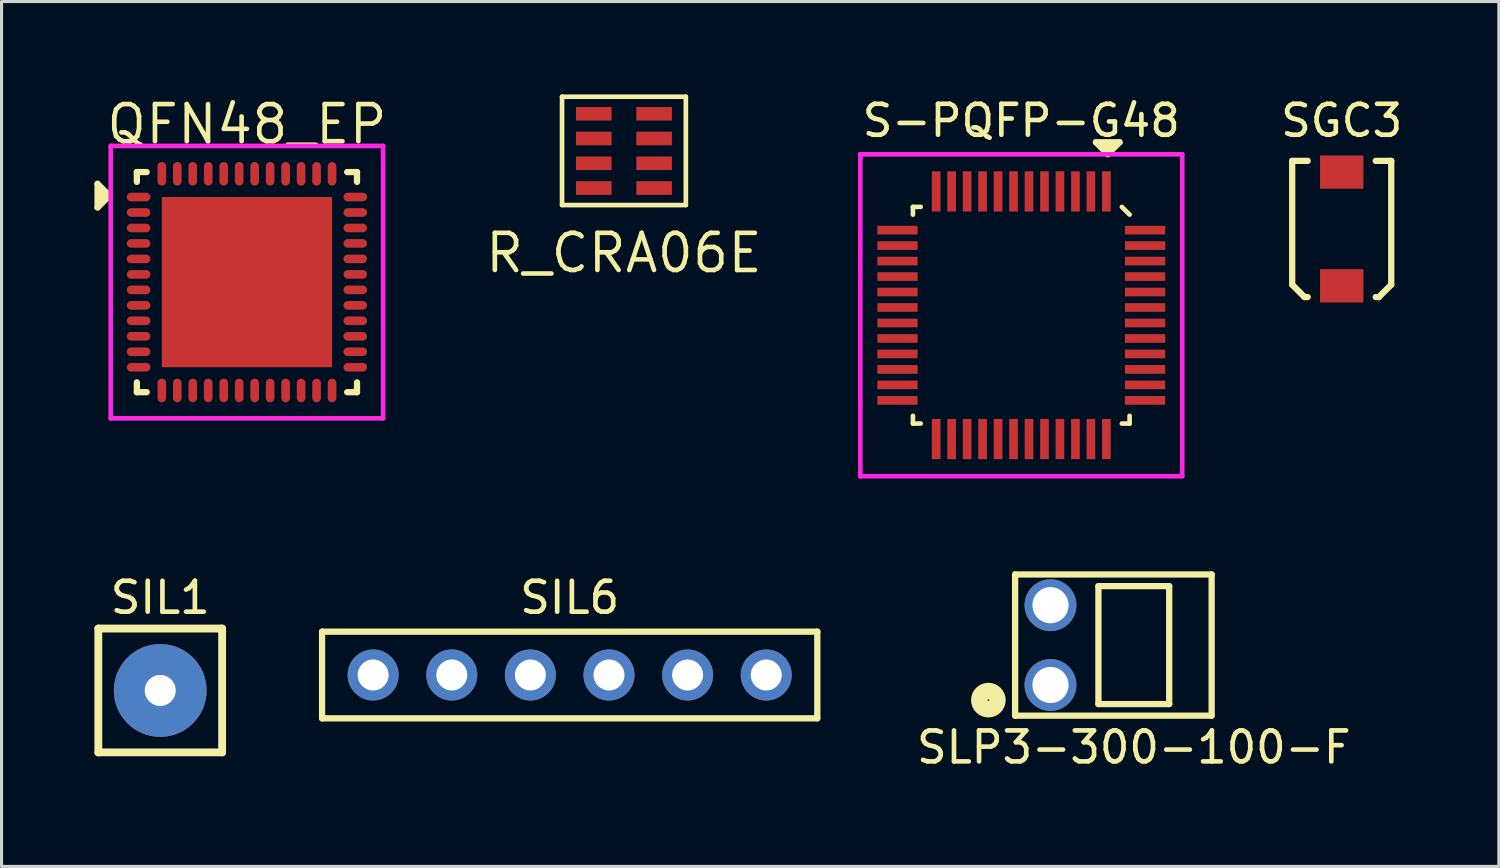
<source format=kicad_pcb>
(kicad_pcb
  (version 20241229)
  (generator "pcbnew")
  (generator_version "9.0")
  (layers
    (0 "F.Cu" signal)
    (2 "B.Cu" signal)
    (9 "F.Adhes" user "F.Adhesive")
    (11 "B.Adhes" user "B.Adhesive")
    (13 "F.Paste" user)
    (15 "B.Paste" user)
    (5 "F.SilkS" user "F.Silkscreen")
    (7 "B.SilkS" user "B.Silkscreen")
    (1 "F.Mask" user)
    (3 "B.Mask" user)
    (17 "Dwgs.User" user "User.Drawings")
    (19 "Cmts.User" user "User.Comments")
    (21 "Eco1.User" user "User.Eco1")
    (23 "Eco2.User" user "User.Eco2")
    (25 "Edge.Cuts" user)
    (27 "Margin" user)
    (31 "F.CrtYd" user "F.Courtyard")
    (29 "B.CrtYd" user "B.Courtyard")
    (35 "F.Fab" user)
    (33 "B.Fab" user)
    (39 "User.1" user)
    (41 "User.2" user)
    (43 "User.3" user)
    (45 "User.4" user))
  (footprint "SIL1"
    (layer "F.Cu")
    (at 2.127 19.258)
    (property "Reference" "SIL1" (at 0 -3 0) (layer "F.SilkS") (effects (font (size 1 1) (thickness 0.15))))
    (attr through_hole)
    (fp_line (start -2 -2) (end 2 -2) (stroke (width 0.254) (type solid)) (layer "F.SilkS"))
    (fp_line (start -2 2) (end -2 -2) (stroke (width 0.254) (type solid)) (layer "F.SilkS"))
    (fp_line (start 2 -2) (end 2 2) (stroke (width 0.254) (type solid)) (layer "F.SilkS"))
    (fp_line (start 2 2) (end -2 2) (stroke (width 0.254) (type solid)) (layer "F.SilkS"))
    (pad "1" thru_hole circle (at 0 0 180) (size 3 3) (drill 1) (layers "*.Cu" "*.Mask")))
  (footprint "SGC3"
    (layer "F.Cu")
    (at 40.299 4.348)
    (property "Reference" "SGC3" (at 0 -3.5 0) (layer "F.SilkS") (effects (font (size 1 1) (thickness 0.15))))
    (attr smd)
    (fp_line (start -1.6 -2.2) (end -1.1 -2.2) (stroke (width 0.203) (type solid)) (layer "F.SilkS"))
    (fp_line (start -1.6 1.8) (end -1.6 -2.2) (stroke (width 0.203) (type solid)) (layer "F.SilkS"))
    (fp_line (start -1.2 2.2) (end -1.6 1.8) (stroke (width 0.203) (type solid)) (layer "F.SilkS"))
    (fp_line (start -1.2 2.2) (end -1.1 2.2) (stroke (width 0.203) (type solid)) (layer "F.SilkS"))
    (fp_line (start 1.2 2.2) (end 1.1 2.2) (stroke (width 0.203) (type solid)) (layer "F.SilkS"))
    (fp_line (start 1.6 -2.2) (end 1.1 -2.2) (stroke (width 0.203) (type solid)) (layer "F.SilkS"))
    (fp_line (start 1.6 1.8) (end 1.2 2.2) (stroke (width 0.203) (type solid)) (layer "F.SilkS"))
    (fp_line (start 1.6 1.8) (end 1.6 -2.2) (stroke (width 0.203) (type solid)) (layer "F.SilkS"))
    (pad "1" smd rect (at 0 1.837) (size 1.4 1.075) (layers "F.Cu" "F.Mask" "F.Paste"))
    (pad "2" smd rect (at 0 -1.837) (size 1.4 1.075) (layers "F.Cu" "F.Mask" "F.Paste")))
  (footprint "S-PQFP-G48"
    (layer "F.Cu")
    (at 29.946 7.135)
    (property "Reference" "S-PQFP-G48" (at 0 -6.287 0) (layer "F.SilkS") (effects (font (size 1 1) (thickness 0.15))))
    (attr smd)
    (fp_line (start -3.5 -3.5) (end -3.25 -3.5) (stroke (width 0.15) (type solid)) (layer "F.SilkS"))
    (fp_line (start -3.5 -3.25) (end -3.5 -3.5) (stroke (width 0.15) (type solid)) (layer "F.SilkS"))
    (fp_line (start -3.5 3.25) (end -3.5 3.5) (stroke (width 0.15) (type solid)) (layer "F.SilkS"))
    (fp_line (start -3.5 3.5) (end -3.25 3.5) (stroke (width 0.15) (type solid)) (layer "F.SilkS"))
    (fp_line (start 2.413 -5.588) (end 2.794 -5.207) (stroke (width 0.203) (type solid)) (layer "F.SilkS"))
    (fp_line (start 2.794 -5.207) (end 2.921 -5.461) (stroke (width 0.203) (type solid)) (layer "F.SilkS"))
    (fp_line (start 2.794 -5.207) (end 3.175 -5.588) (stroke (width 0.203) (type solid)) (layer "F.SilkS"))
    (fp_line (start 2.921 -5.461) (end 2.667 -5.461) (stroke (width 0.203) (type solid)) (layer "F.SilkS"))
    (fp_line (start 3.175 -5.588) (end 2.413 -5.588) (stroke (width 0.203) (type solid)) (layer "F.SilkS"))
    (fp_line (start 3.25 -3.5) (end 3.5 -3.25) (stroke (width 0.15) (type solid)) (layer "F.SilkS"))
    (fp_line (start 3.5 3.25) (end 3.5 3.5) (stroke (width 0.15) (type solid)) (layer "F.SilkS"))
    (fp_line (start 3.5 3.5) (end 3.25 3.5) (stroke (width 0.15) (type solid)) (layer "F.SilkS"))
    (fp_line (start -5.2 -5.2) (end 5.2 -5.2) (stroke (width 0.15) (type solid)) (layer "F.CrtYd"))
    (fp_line (start -5.2 5.2) (end -5.2 -5.2) (stroke (width 0.15) (type solid)) (layer "F.CrtYd"))
    (fp_line (start 5.2 -5.2) (end 5.2 5.2) (stroke (width 0.15) (type solid)) (layer "F.CrtYd"))
    (fp_line (start 5.2 5.2) (end -5.2 5.2) (stroke (width 0.15) (type solid)) (layer "F.CrtYd"))
    (pad "1" smd rect (at 2.75 -4) (size 0.28 1.3) (layers "F.Cu" "F.Mask" "F.Paste"))
    (pad "2" smd rect (at 2.25 -4) (size 0.28 1.3) (layers "F.Cu" "F.Mask" "F.Paste"))
    (pad "3" smd rect (at 1.75 -4) (size 0.28 1.3) (layers "F.Cu" "F.Mask" "F.Paste"))
    (pad "4" smd rect (at 1.25 -4) (size 0.28 1.3) (layers "F.Cu" "F.Mask" "F.Paste"))
    (pad "5" smd rect (at 0.75 -4) (size 0.28 1.3) (layers "F.Cu" "F.Mask" "F.Paste"))
    (pad "6" smd rect (at 0.25 -4) (size 0.28 1.3) (layers "F.Cu" "F.Mask" "F.Paste"))
    (pad "7" smd rect (at -0.25 -4) (size 0.28 1.3) (layers "F.Cu" "F.Mask" "F.Paste"))
    (pad "8" smd rect (at -0.75 -4) (size 0.28 1.3) (layers "F.Cu" "F.Mask" "F.Paste"))
    (pad "9" smd rect (at -1.25 -4) (size 0.28 1.3) (layers "F.Cu" "F.Mask" "F.Paste"))
    (pad "10" smd rect (at -1.75 -4) (size 0.28 1.3) (layers "F.Cu" "F.Mask" "F.Paste"))
    (pad "11" smd rect (at -2.25 -4) (size 0.28 1.3) (layers "F.Cu" "F.Mask" "F.Paste"))
    (pad "12" smd rect (at -2.75 -4) (size 0.28 1.3) (layers "F.Cu" "F.Mask" "F.Paste"))
    (pad "13" smd rect (at -4 -2.75 270) (size 0.28 1.3) (layers "F.Cu" "F.Mask" "F.Paste"))
    (pad "14" smd rect (at -4 -2.25 270) (size 0.28 1.3) (layers "F.Cu" "F.Mask" "F.Paste"))
    (pad "15" smd rect (at -4 -1.75 270) (size 0.28 1.3) (layers "F.Cu" "F.Mask" "F.Paste"))
    (pad "16" smd rect (at -4 -1.25 270) (size 0.28 1.3) (layers "F.Cu" "F.Mask" "F.Paste"))
    (pad "17" smd rect (at -4 -0.75 270) (size 0.28 1.3) (layers "F.Cu" "F.Mask" "F.Paste"))
    (pad "18" smd rect (at -4 -0.25 270) (size 0.28 1.3) (layers "F.Cu" "F.Mask" "F.Paste"))
    (pad "19" smd rect (at -4 0.25 270) (size 0.28 1.3) (layers "F.Cu" "F.Mask" "F.Paste"))
    (pad "20" smd rect (at -4 0.75 270) (size 0.28 1.3) (layers "F.Cu" "F.Mask" "F.Paste"))
    (pad "21" smd rect (at -4 1.25 270) (size 0.28 1.3) (layers "F.Cu" "F.Mask" "F.Paste"))
    (pad "22" smd rect (at -4 1.75 270) (size 0.28 1.3) (layers "F.Cu" "F.Mask" "F.Paste"))
    (pad "23" smd rect (at -4 2.25 270) (size 0.28 1.3) (layers "F.Cu" "F.Mask" "F.Paste"))
    (pad "24" smd rect (at -4 2.75 270) (size 0.28 1.3) (layers "F.Cu" "F.Mask" "F.Paste"))
    (pad "25" smd rect (at -2.75 4) (size 0.28 1.3) (layers "F.Cu" "F.Mask" "F.Paste"))
    (pad "26" smd rect (at -2.25 4) (size 0.28 1.3) (layers "F.Cu" "F.Mask" "F.Paste"))
    (pad "27" smd rect (at -1.75 4) (size 0.28 1.3) (layers "F.Cu" "F.Mask" "F.Paste"))
    (pad "28" smd rect (at -1.25 4) (size 0.28 1.3) (layers "F.Cu" "F.Mask" "F.Paste"))
    (pad "29" smd rect (at -0.75 4) (size 0.28 1.3) (layers "F.Cu" "F.Mask" "F.Paste"))
    (pad "30" smd rect (at -0.25 4) (size 0.28 1.3) (layers "F.Cu" "F.Mask" "F.Paste"))
    (pad "31" smd rect (at 0.25 4) (size 0.28 1.3) (layers "F.Cu" "F.Mask" "F.Paste"))
    (pad "32" smd rect (at 0.75 4) (size 0.28 1.3) (layers "F.Cu" "F.Mask" "F.Paste"))
    (pad "33" smd rect (at 1.25 4) (size 0.28 1.3) (layers "F.Cu" "F.Mask" "F.Paste"))
    (pad "34" smd rect (at 1.75 4) (size 0.28 1.3) (layers "F.Cu" "F.Mask" "F.Paste"))
    (pad "35" smd rect (at 2.25 4) (size 0.28 1.3) (layers "F.Cu" "F.Mask" "F.Paste"))
    (pad "36" smd rect (at 2.75 4) (size 0.28 1.3) (layers "F.Cu" "F.Mask" "F.Paste"))
    (pad "37" smd rect (at 4 2.75 270) (size 0.28 1.3) (layers "F.Cu" "F.Mask" "F.Paste"))
    (pad "38" smd rect (at 4 2.25 270) (size 0.28 1.3) (layers "F.Cu" "F.Mask" "F.Paste"))
    (pad "39" smd rect (at 4 1.75 270) (size 0.28 1.3) (layers "F.Cu" "F.Mask" "F.Paste"))
    (pad "40" smd rect (at 4 1.25 270) (size 0.28 1.3) (layers "F.Cu" "F.Mask" "F.Paste"))
    (pad "41" smd rect (at 4 0.75 270) (size 0.28 1.3) (layers "F.Cu" "F.Mask" "F.Paste"))
    (pad "42" smd rect (at 4 0.25 270) (size 0.28 1.3) (layers "F.Cu" "F.Mask" "F.Paste"))
    (pad "43" smd rect (at 4 -0.25 270) (size 0.28 1.3) (layers "F.Cu" "F.Mask" "F.Paste"))
    (pad "44" smd rect (at 4 -0.75 270) (size 0.28 1.3) (layers "F.Cu" "F.Mask" "F.Paste"))
    (pad "45" smd rect (at 4 -1.25 270) (size 0.28 1.3) (layers "F.Cu" "F.Mask" "F.Paste"))
    (pad "46" smd rect (at 4 -1.75 270) (size 0.28 1.3) (layers "F.Cu" "F.Mask" "F.Paste"))
    (pad "47" smd rect (at 4 -2.25 270) (size 0.28 1.3) (layers "F.Cu" "F.Mask" "F.Paste"))
    (pad "48" smd rect (at 4 -2.75 270) (size 0.28 1.3) (layers "F.Cu" "F.Mask" "F.Paste")))
  (footprint "SLP3-300-100-F"
    (layer "F.Cu")
    (at 33.582 17.792)
    (property "Reference" "SLP3-300-100-F" (at 0 3.302 180) (layer "F.SilkS") (effects (font (size 1 1) (thickness 0.15))))
    (attr through_hole)
    (fp_line (start -3.835 -2.281) (end 2.515 -2.281) (stroke (width 0.203) (type solid)) (layer "F.SilkS"))
    (fp_line (start -3.835 2.281) (end -3.835 -2.281) (stroke (width 0.203) (type solid)) (layer "F.SilkS"))
    (fp_line (start -1.143 -1.905) (end 1.143 -1.905) (stroke (width 0.203) (type solid)) (layer "F.SilkS"))
    (fp_line (start -1.143 1.905) (end -1.143 -1.905) (stroke (width 0.203) (type solid)) (layer "F.SilkS"))
    (fp_line (start -1.143 1.905) (end 1.143 1.905) (stroke (width 0.203) (type solid)) (layer "F.SilkS"))
    (fp_line (start 1.143 1.905) (end 1.143 -1.905) (stroke (width 0.203) (type solid)) (layer "F.SilkS"))
    (fp_line (start 2.515 -2.281) (end 2.515 2.281) (stroke (width 0.203) (type solid)) (layer "F.SilkS"))
    (fp_line (start 2.515 2.281) (end -3.835 2.281) (stroke (width 0.203) (type solid)) (layer "F.SilkS"))
    (fp_circle (center -4.699 1.778) (end -4.699 1.651) (stroke (width 0.203) (type solid)) (fill no) (layer "F.SilkS"))
    (fp_circle (center -4.699 1.778) (end -4.445 1.651) (stroke (width 0.203) (type solid)) (fill no) (layer "F.SilkS"))
    (fp_circle (center -4.699 1.778) (end -4.318 1.524) (stroke (width 0.203) (type solid)) (fill no) (layer "F.SilkS"))
    (pad "1" thru_hole circle (at -2.692 1.289) (size 1.676 1.676) (drill 1.168) (layers "*.Cu" "*.Mask"))
    (pad "2" thru_hole circle (at -2.692 -1.289) (size 1.676 1.676) (drill 1.168) (layers "*.Cu" "*.Mask")))
  (footprint "QFN48_EP"
    (layer "F.Cu")
    (at 4.928 6.065)
    (property "Reference" "QFN48_EP" (at 0 -5.1 0) (layer "F.SilkS") (effects (font (size 1.2 1.2) (thickness 0.15))))
    (attr through_hole)
    (fp_line (start -4.826 -3.175) (end -4.826 -2.413) (stroke (width 0.203) (type solid)) (layer "F.SilkS"))
    (fp_line (start -4.826 -2.413) (end -4.445 -2.794) (stroke (width 0.203) (type solid)) (layer "F.SilkS"))
    (fp_line (start -4.699 -2.921) (end -4.699 -2.667) (stroke (width 0.203) (type solid)) (layer "F.SilkS"))
    (fp_line (start -4.445 -2.794) (end -4.826 -3.175) (stroke (width 0.203) (type solid)) (layer "F.SilkS"))
    (fp_line (start -4.445 -2.794) (end -4.699 -2.921) (stroke (width 0.203) (type solid)) (layer "F.SilkS"))
    (fp_line (start -3.556 -3.556) (end -3.239 -3.556) (stroke (width 0.203) (type solid)) (layer "F.SilkS"))
    (fp_line (start -3.556 -3.239) (end -3.556 -3.556) (stroke (width 0.203) (type solid)) (layer "F.SilkS"))
    (fp_line (start -3.556 3.239) (end -3.556 3.556) (stroke (width 0.203) (type solid)) (layer "F.SilkS"))
    (fp_line (start -3.556 3.556) (end -3.239 3.556) (stroke (width 0.203) (type solid)) (layer "F.SilkS"))
    (fp_line (start 3.239 -3.556) (end 3.556 -3.556) (stroke (width 0.203) (type solid)) (layer "F.SilkS"))
    (fp_line (start 3.556 -3.556) (end 3.556 -3.239) (stroke (width 0.203) (type solid)) (layer "F.SilkS"))
    (fp_line (start 3.556 3.239) (end 3.556 3.556) (stroke (width 0.203) (type solid)) (layer "F.SilkS"))
    (fp_line (start 3.556 3.556) (end 3.239 3.556) (stroke (width 0.203) (type solid)) (layer "F.SilkS"))
    (fp_line (start -4.4 -4.4) (end 4.4 -4.4) (stroke (width 0.15) (type solid)) (layer "F.CrtYd"))
    (fp_line (start -4.4 4.4) (end -4.4 -4.4) (stroke (width 0.15) (type solid)) (layer "F.CrtYd"))
    (fp_line (start 4.4 -4.4) (end 4.4 4.4) (stroke (width 0.15) (type solid)) (layer "F.CrtYd"))
    (fp_line (start 4.4 4.4) (end -4.4 4.4) (stroke (width 0.15) (type solid)) (layer "F.CrtYd"))
    (pad "1" smd oval (at -3.5 -2.75 90) (size 0.279 0.762) (layers "F.Cu" "F.Mask" "F.Paste"))
    (pad "2" smd oval (at -3.5 -2.25 90) (size 0.279 0.762) (layers "F.Cu" "F.Mask" "F.Paste"))
    (pad "3" smd oval (at -3.5 -1.75 90) (size 0.279 0.762) (layers "F.Cu" "F.Mask" "F.Paste"))
    (pad "4" smd oval (at -3.5 -1.25 90) (size 0.279 0.762) (layers "F.Cu" "F.Mask" "F.Paste"))
    (pad "5" smd oval (at -3.5 -0.75 90) (size 0.279 0.762) (layers "F.Cu" "F.Mask" "F.Paste"))
    (pad "6" smd oval (at -3.5 -0.25 90) (size 0.279 0.762) (layers "F.Cu" "F.Mask" "F.Paste"))
    (pad "7" smd oval (at -3.5 0.25 90) (size 0.279 0.762) (layers "F.Cu" "F.Mask" "F.Paste"))
    (pad "8" smd oval (at -3.5 0.75 90) (size 0.279 0.762) (layers "F.Cu" "F.Mask" "F.Paste"))
    (pad "9" smd oval (at -3.5 1.25 90) (size 0.279 0.762) (layers "F.Cu" "F.Mask" "F.Paste"))
    (pad "10" smd oval (at -3.5 1.75 90) (size 0.279 0.762) (layers "F.Cu" "F.Mask" "F.Paste"))
    (pad "11" smd oval (at -3.5 2.25 90) (size 0.279 0.762) (layers "F.Cu" "F.Mask" "F.Paste"))
    (pad "12" smd oval (at -3.5 2.75 90) (size 0.279 0.762) (layers "F.Cu" "F.Mask" "F.Paste"))
    (pad "13" smd oval (at -2.75 3.5) (size 0.279 0.762) (layers "F.Cu" "F.Mask" "F.Paste"))
    (pad "14" smd oval (at -2.25 3.5) (size 0.279 0.762) (layers "F.Cu" "F.Mask" "F.Paste"))
    (pad "15" smd oval (at -1.75 3.5) (size 0.279 0.762) (layers "F.Cu" "F.Mask" "F.Paste"))
    (pad "16" smd oval (at -1.25 3.5) (size 0.279 0.762) (layers "F.Cu" "F.Mask" "F.Paste"))
    (pad "17" smd oval (at -0.75 3.5) (size 0.279 0.762) (layers "F.Cu" "F.Mask" "F.Paste"))
    (pad "18" smd oval (at -0.25 3.5) (size 0.279 0.762) (layers "F.Cu" "F.Mask" "F.Paste"))
    (pad "19" smd oval (at 0.25 3.5) (size 0.279 0.762) (layers "F.Cu" "F.Mask" "F.Paste"))
    (pad "20" smd oval (at 0.75 3.5) (size 0.279 0.762) (layers "F.Cu" "F.Mask" "F.Paste"))
    (pad "21" smd oval (at 1.25 3.5) (size 0.279 0.762) (layers "F.Cu" "F.Mask" "F.Paste"))
    (pad "22" smd oval (at 1.75 3.5) (size 0.279 0.762) (layers "F.Cu" "F.Mask" "F.Paste"))
    (pad "23" smd oval (at 2.25 3.5) (size 0.279 0.762) (layers "F.Cu" "F.Mask" "F.Paste"))
    (pad "24" smd oval (at 2.75 3.5) (size 0.279 0.762) (layers "F.Cu" "F.Mask" "F.Paste"))
    (pad "25" smd oval (at 3.5 2.75 90) (size 0.279 0.762) (layers "F.Cu" "F.Mask" "F.Paste"))
    (pad "26" smd oval (at 3.5 2.25 90) (size 0.279 0.762) (layers "F.Cu" "F.Mask" "F.Paste"))
    (pad "27" smd oval (at 3.5 1.75 90) (size 0.279 0.762) (layers "F.Cu" "F.Mask" "F.Paste"))
    (pad "28" smd oval (at 3.5 1.25 90) (size 0.279 0.762) (layers "F.Cu" "F.Mask" "F.Paste"))
    (pad "29" smd oval (at 3.5 0.75 90) (size 0.279 0.762) (layers "F.Cu" "F.Mask" "F.Paste"))
    (pad "30" smd oval (at 3.5 0.25 90) (size 0.279 0.762) (layers "F.Cu" "F.Mask" "F.Paste"))
    (pad "31" smd oval (at 3.5 -0.25 90) (size 0.279 0.762) (layers "F.Cu" "F.Mask" "F.Paste"))
    (pad "32" smd oval (at 3.5 -0.75 90) (size 0.279 0.762) (layers "F.Cu" "F.Mask" "F.Paste"))
    (pad "33" smd oval (at 3.5 -1.25 90) (size 0.279 0.762) (layers "F.Cu" "F.Mask" "F.Paste"))
    (pad "34" smd oval (at 3.5 -1.75 90) (size 0.279 0.762) (layers "F.Cu" "F.Mask" "F.Paste"))
    (pad "35" smd oval (at 3.5 -2.25 90) (size 0.279 0.762) (layers "F.Cu" "F.Mask" "F.Paste"))
    (pad "36" smd oval (at 3.5 -2.75 90) (size 0.279 0.762) (layers "F.Cu" "F.Mask" "F.Paste"))
    (pad "37" smd oval (at 2.75 -3.5) (size 0.279 0.762) (layers "F.Cu" "F.Mask" "F.Paste"))
    (pad "38" smd oval (at 2.25 -3.5) (size 0.279 0.762) (layers "F.Cu" "F.Mask" "F.Paste"))
    (pad "39" smd oval (at 1.75 -3.5) (size 0.279 0.762) (layers "F.Cu" "F.Mask" "F.Paste"))
    (pad "40" smd oval (at 1.25 -3.5) (size 0.279 0.762) (layers "F.Cu" "F.Mask" "F.Paste"))
    (pad "41" smd oval (at 0.75 -3.5) (size 0.279 0.762) (layers "F.Cu" "F.Mask" "F.Paste"))
    (pad "42" smd oval (at 0.25 -3.5) (size 0.279 0.762) (layers "F.Cu" "F.Mask" "F.Paste"))
    (pad "43" smd oval (at -0.25 -3.5) (size 0.279 0.762) (layers "F.Cu" "F.Mask" "F.Paste"))
    (pad "44" smd oval (at -0.75 -3.5) (size 0.279 0.762) (layers "F.Cu" "F.Mask" "F.Paste"))
    (pad "45" smd oval (at -1.25 -3.5) (size 0.279 0.762) (layers "F.Cu" "F.Mask" "F.Paste"))
    (pad "46" smd oval (at -1.75 -3.5) (size 0.279 0.762) (layers "F.Cu" "F.Mask" "F.Paste"))
    (pad "47" smd oval (at -2.25 -3.5) (size 0.279 0.762) (layers "F.Cu" "F.Mask" "F.Paste"))
    (pad "48" smd oval (at -2.75 -3.5) (size 0.279 0.762) (layers "F.Cu" "F.Mask" "F.Paste"))
    (pad "EP" smd rect (at 0 0) (size 5.5 5.5) (layers "F.Cu" "F.Mask" "F.Paste")))
  (footprint "R_CRA06E"
    (layer "F.Cu")
    (at 17.109 1.825)
    (property "Reference" "R_CRA06E" (at 0 3.3 0) (layer "F.SilkS") (effects (font (size 1.2 1.2) (thickness 0.15))))
    (attr smd)
    (fp_line (start -2 -1.75) (end -2 1.75) (stroke (width 0.15) (type solid)) (layer "F.SilkS"))
    (fp_line (start 2 -1.75) (end -2 -1.75) (stroke (width 0.15) (type solid)) (layer "F.SilkS"))
    (fp_line (start 2 1.75) (end -2 1.75) (stroke (width 0.15) (type solid)) (layer "F.SilkS"))
    (fp_line (start 2 1.75) (end 2 -1.75) (stroke (width 0.15) (type solid)) (layer "F.SilkS"))
    (pad "1" smd rect (at 0.975 1.2 90) (size 0.44 1.15) (layers "F.Cu" "F.Mask" "F.Paste"))
    (pad "2" smd rect (at 0.975 0.4 90) (size 0.44 1.15) (layers "F.Cu" "F.Mask" "F.Paste"))
    (pad "3" smd rect (at 0.975 -0.4 90) (size 0.44 1.15) (layers "F.Cu" "F.Mask" "F.Paste"))
    (pad "4" smd rect (at 0.975 -1.2 90) (size 0.44 1.15) (layers "F.Cu" "F.Mask" "F.Paste"))
    (pad "5" smd rect (at -0.975 -1.2 90) (size 0.44 1.15) (layers "F.Cu" "F.Mask" "F.Paste"))
    (pad "6" smd rect (at -0.975 -0.4 90) (size 0.44 1.15) (layers "F.Cu" "F.Mask" "F.Paste"))
    (pad "7" smd rect (at -0.975 0.4 90) (size 0.44 1.15) (layers "F.Cu" "F.Mask" "F.Paste"))
    (pad "8" smd rect (at -0.975 1.2 90) (size 0.44 1.15) (layers "F.Cu" "F.Mask" "F.Paste")))
  (footprint "SIL6"
    (layer "F.Cu")
    (at 15.356 18.758)
    (property "Reference" "SIL6" (at 0 -2.5 0) (layer "F.SilkS") (effects (font (size 1 1) (thickness 0.15))))
    (attr through_hole)
    (fp_line (start -8 -1.4) (end 8 -1.4) (stroke (width 0.203) (type solid)) (layer "F.SilkS"))
    (fp_line (start -8 1.4) (end -8 -1.4) (stroke (width 0.203) (type solid)) (layer "F.SilkS"))
    (fp_line (start 8 -1.4) (end 8 1.4) (stroke (width 0.203) (type solid)) (layer "F.SilkS"))
    (fp_line (start 8 1.4) (end -8 1.4) (stroke (width 0.203) (type solid)) (layer "F.SilkS"))
    (pad "1" thru_hole circle (at -6.35 0 180) (size 1.65 1.65) (drill 1) (layers "*.Cu" "*.Mask"))
    (pad "2" thru_hole circle (at -3.81 0 180) (size 1.65 1.65) (drill 1) (layers "*.Cu" "*.Mask"))
    (pad "3" thru_hole circle (at -1.27 0 180) (size 1.65 1.65) (drill 1) (layers "*.Cu" "*.Mask"))
    (pad "4" thru_hole circle (at 1.27 0 180) (size 1.65 1.65) (drill 1) (layers "*.Cu" "*.Mask"))
    (pad "5" thru_hole circle (at 3.81 0 180) (size 1.65 1.65) (drill 1) (layers "*.Cu" "*.Mask"))
    (pad "6" thru_hole circle (at 6.35 0 180) (size 1.65 1.65) (drill 1) (layers "*.Cu" "*.Mask")))
  (gr_rect
    (start -3 -3)
    (end 45.376 24.943)
    (stroke (width 0.1) (type default))
    (fill no)
    (layer "Edge.Cuts")))
</source>
